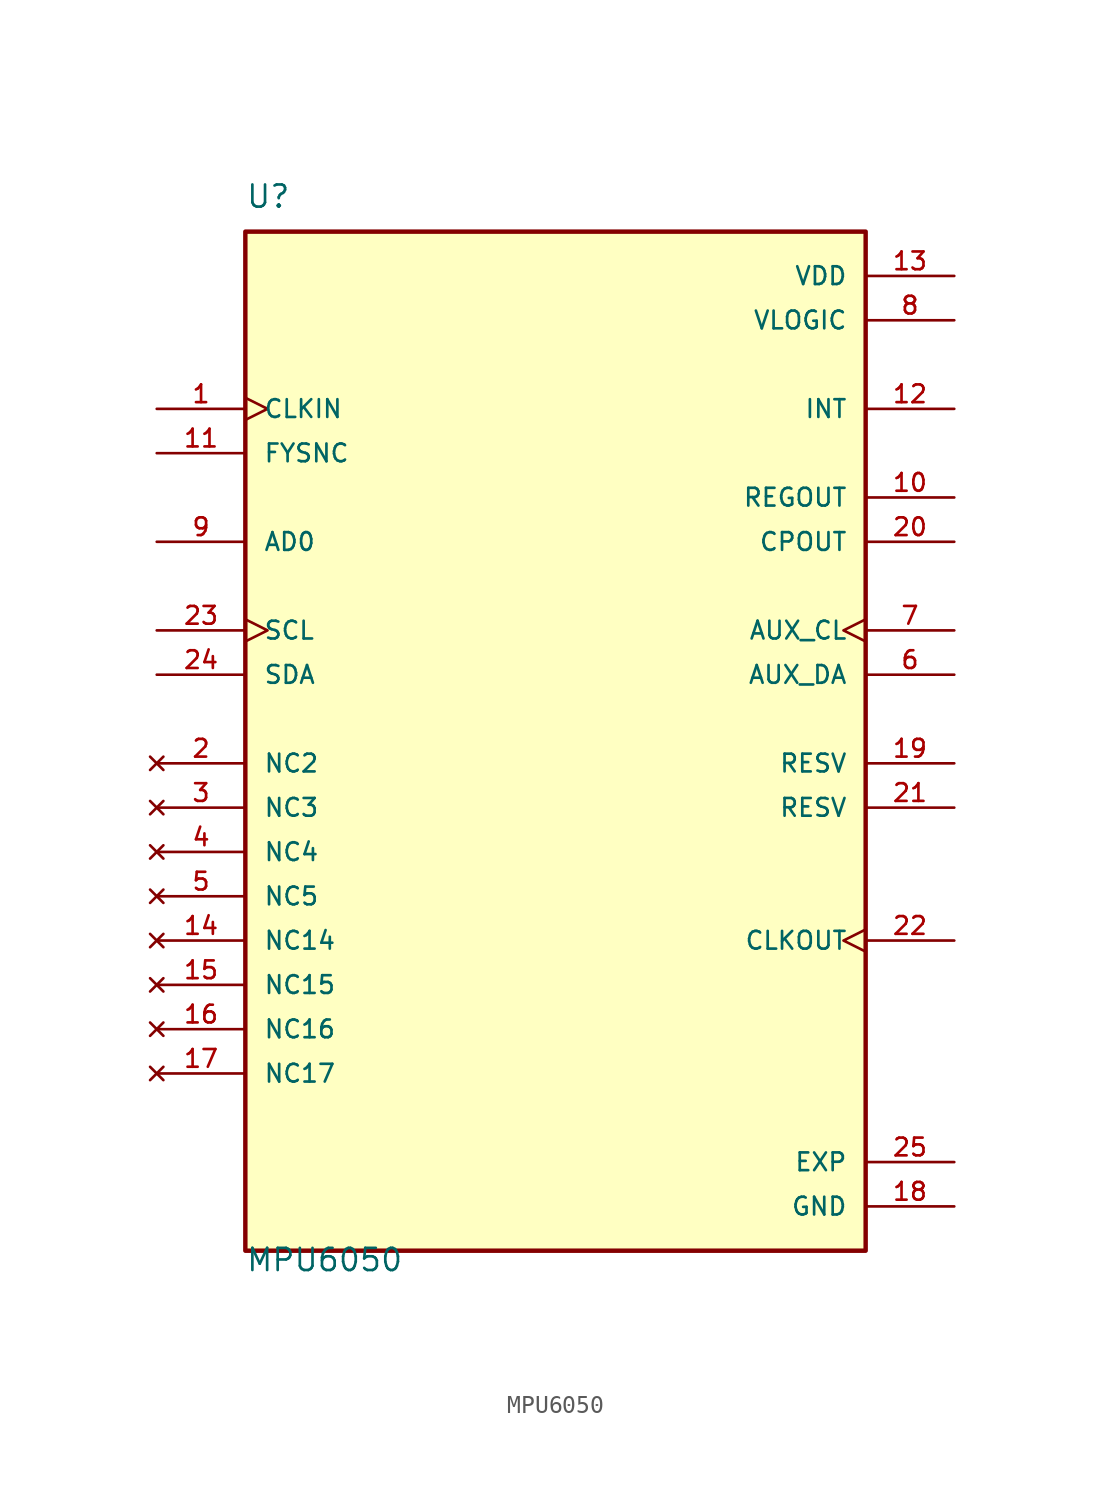
<source format=kicad_sym>
(kicad_symbol_lib
  (version 20211014)
  (generator kicad_symbol_editor)
  (symbol "MPU6050"
    (pin_names
      (offset 1.016))
    (property "Reference" "U"
      (at -17.78 29.21 0)
      (effects (font (size 1.27 1.27)) (justify left bottom)))
    (property "Value" "MPU6050"
      (at -17.78 -31.75 0)
      (effects (font (size 1.27 1.27)) (justify left bottom)))
    (property "ki_locked" ""
      (at 0 0 0)
      (effects (font (size 1.27 1.27))))
    (symbol "MPU6050_0_0"
      (rectangle (start -17.78 -30.48) (end 17.78 27.94) (stroke (width 0.254) (type default) (color 0 0 0 0)) (fill (type background)))
      (pin input clock (at -22.86 17.78 0) (length 5.08) (name "CLKIN" (effects (font (size 1.016 1.016)))) (number "1" (effects (font (size 1.016 1.016)))))
      (pin output line (at 22.86 12.7 180) (length 5.08) (name "REGOUT" (effects (font (size 1.016 1.016)))) (number "10" (effects (font (size 1.016 1.016)))))
      (pin input line (at -22.86 15.24 0) (length 5.08) (name "FYSNC" (effects (font (size 1.016 1.016)))) (number "11" (effects (font (size 1.016 1.016)))))
      (pin output line (at 22.86 17.78 180) (length 5.08) (name "INT" (effects (font (size 1.016 1.016)))) (number "12" (effects (font (size 1.016 1.016)))))
      (pin power_in line (at 22.86 25.4 180) (length 5.08) (name "VDD" (effects (font (size 1.016 1.016)))) (number "13" (effects (font (size 1.016 1.016)))))
      (pin no_connect line (at -22.86 -12.7 0) (length 5.08) (name "NC14" (effects (font (size 1.016 1.016)))) (number "14" (effects (font (size 1.016 1.016)))))
      (pin no_connect line (at -22.86 -15.24 0) (length 5.08) (name "NC15" (effects (font (size 1.016 1.016)))) (number "15" (effects (font (size 1.016 1.016)))))
      (pin no_connect line (at -22.86 -17.78 0) (length 5.08) (name "NC16" (effects (font (size 1.016 1.016)))) (number "16" (effects (font (size 1.016 1.016)))))
      (pin no_connect line (at -22.86 -20.32 0) (length 5.08) (name "NC17" (effects (font (size 1.016 1.016)))) (number "17" (effects (font (size 1.016 1.016)))))
      (pin power_in line (at 22.86 -27.94 180) (length 5.08) (name "GND" (effects (font (size 1.016 1.016)))) (number "18" (effects (font (size 1.016 1.016)))))
      (pin bidirectional line (at 22.86 -2.54 180) (length 5.08) (name "RESV" (effects (font (size 1.016 1.016)))) (number "19" (effects (font (size 1.016 1.016)))))
      (pin no_connect line (at -22.86 -2.54 0) (length 5.08) (name "NC2" (effects (font (size 1.016 1.016)))) (number "2" (effects (font (size 1.016 1.016)))))
      (pin output line (at 22.86 10.16 180) (length 5.08) (name "CPOUT" (effects (font (size 1.016 1.016)))) (number "20" (effects (font (size 1.016 1.016)))))
      (pin bidirectional line (at 22.86 -5.08 180) (length 5.08) (name "RESV" (effects (font (size 1.016 1.016)))) (number "21" (effects (font (size 1.016 1.016)))))
      (pin output clock (at 22.86 -12.7 180) (length 5.08) (name "CLKOUT" (effects (font (size 1.016 1.016)))) (number "22" (effects (font (size 1.016 1.016)))))
      (pin input clock (at -22.86 5.08 0) (length 5.08) (name "SCL" (effects (font (size 1.016 1.016)))) (number "23" (effects (font (size 1.016 1.016)))))
      (pin bidirectional line (at -22.86 2.54 0) (length 5.08) (name "SDA" (effects (font (size 1.016 1.016)))) (number "24" (effects (font (size 1.016 1.016)))))
      (pin power_in line (at 22.86 -25.4 180) (length 5.08) (name "EXP" (effects (font (size 1.016 1.016)))) (number "25" (effects (font (size 1.016 1.016)))))
      (pin no_connect line (at -22.86 -5.08 0) (length 5.08) (name "NC3" (effects (font (size 1.016 1.016)))) (number "3" (effects (font (size 1.016 1.016)))))
      (pin no_connect line (at -22.86 -7.62 0) (length 5.08) (name "NC4" (effects (font (size 1.016 1.016)))) (number "4" (effects (font (size 1.016 1.016)))))
      (pin no_connect line (at -22.86 -10.16 0) (length 5.08) (name "NC5" (effects (font (size 1.016 1.016)))) (number "5" (effects (font (size 1.016 1.016)))))
      (pin bidirectional line (at 22.86 2.54 180) (length 5.08) (name "AUX_DA" (effects (font (size 1.016 1.016)))) (number "6" (effects (font (size 1.016 1.016)))))
      (pin output clock (at 22.86 5.08 180) (length 5.08) (name "AUX_CL" (effects (font (size 1.016 1.016)))) (number "7" (effects (font (size 1.016 1.016)))))
      (pin power_in line (at 22.86 22.86 180) (length 5.08) (name "VLOGIC" (effects (font (size 1.016 1.016)))) (number "8" (effects (font (size 1.016 1.016)))))
      (pin input line (at -22.86 10.16 0) (length 5.08) (name "AD0" (effects (font (size 1.016 1.016)))) (number "9" (effects (font (size 1.016 1.016))))))))
</source>
